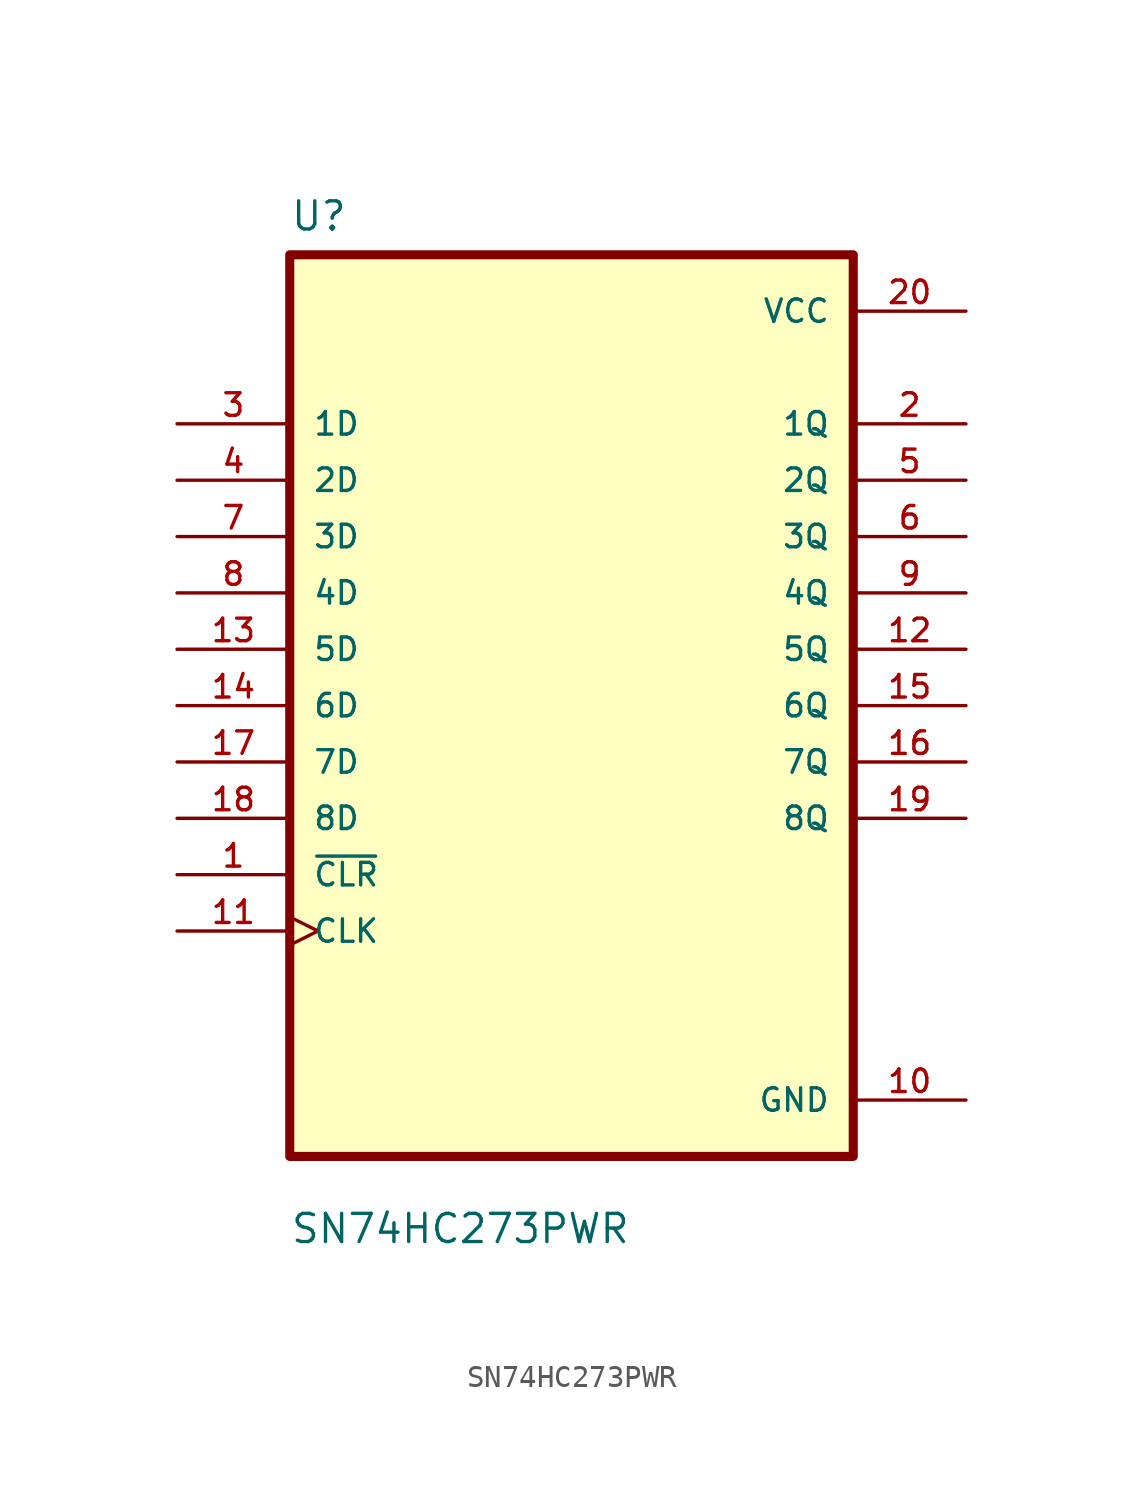
<source format=kicad_sym>
(kicad_symbol_lib
  (version 20211014)
  (generator kicad_symbol_editor)
  (symbol "SN74HC273PWR"
    (pin_names
      (offset 1.016))
    (property "Reference" "U"
      (at -12.7 21.32 0.0)
      (effects (font (size 1.27 1.27)) (justify bottom left)))
    (property "Value" "SN74HC273PWR"
      (at -12.7 -24.32 0.0)
      (effects (font (size 1.27 1.27)) (justify bottom left)))
    (symbol "SN74HC273PWR_0_0"
      (rectangle (start -12.7 -20.32) (end 12.7 20.32) (stroke (width 0.41)) (fill (type background)))
      (pin input line (at -17.78 12.7 0) (length 5.08) (name "1D" (effects (font (size 1.016 1.016)))) (number "3" (effects (font (size 1.016 1.016)))))
      (pin input line (at -17.78 10.16 0) (length 5.08) (name "2D" (effects (font (size 1.016 1.016)))) (number "4" (effects (font (size 1.016 1.016)))))
      (pin input line (at -17.78 7.62 0) (length 5.08) (name "3D" (effects (font (size 1.016 1.016)))) (number "7" (effects (font (size 1.016 1.016)))))
      (pin input line (at -17.78 5.08 0) (length 5.08) (name "4D" (effects (font (size 1.016 1.016)))) (number "8" (effects (font (size 1.016 1.016)))))
      (pin input line (at -17.78 2.54 0) (length 5.08) (name "5D" (effects (font (size 1.016 1.016)))) (number "13" (effects (font (size 1.016 1.016)))))
      (pin input line (at -17.78 0.0 0) (length 5.08) (name "6D" (effects (font (size 1.016 1.016)))) (number "14" (effects (font (size 1.016 1.016)))))
      (pin input line (at -17.78 -2.54 0) (length 5.08) (name "7D" (effects (font (size 1.016 1.016)))) (number "17" (effects (font (size 1.016 1.016)))))
      (pin input line (at -17.78 -5.08 0) (length 5.08) (name "8D" (effects (font (size 1.016 1.016)))) (number "18" (effects (font (size 1.016 1.016)))))
      (pin input line (at -17.78 -7.62 0) (length 5.08) (name "~{CLR}" (effects (font (size 1.016 1.016)))) (number "1" (effects (font (size 1.016 1.016)))))
      (pin input clock (at -17.78 -10.16 0) (length 5.08) (name "CLK" (effects (font (size 1.016 1.016)))) (number "11" (effects (font (size 1.016 1.016)))))
      (pin power_in line (at 17.78 17.78 180.0) (length 5.08) (name "VCC" (effects (font (size 1.016 1.016)))) (number "20" (effects (font (size 1.016 1.016)))))
      (pin output line (at 17.78 12.7 180.0) (length 5.08) (name "1Q" (effects (font (size 1.016 1.016)))) (number "2" (effects (font (size 1.016 1.016)))))
      (pin output line (at 17.78 10.16 180.0) (length 5.08) (name "2Q" (effects (font (size 1.016 1.016)))) (number "5" (effects (font (size 1.016 1.016)))))
      (pin output line (at 17.78 7.62 180.0) (length 5.08) (name "3Q" (effects (font (size 1.016 1.016)))) (number "6" (effects (font (size 1.016 1.016)))))
      (pin output line (at 17.78 5.08 180.0) (length 5.08) (name "4Q" (effects (font (size 1.016 1.016)))) (number "9" (effects (font (size 1.016 1.016)))))
      (pin output line (at 17.78 2.54 180.0) (length 5.08) (name "5Q" (effects (font (size 1.016 1.016)))) (number "12" (effects (font (size 1.016 1.016)))))
      (pin output line (at 17.78 0.0 180.0) (length 5.08) (name "6Q" (effects (font (size 1.016 1.016)))) (number "15" (effects (font (size 1.016 1.016)))))
      (pin output line (at 17.78 -2.54 180.0) (length 5.08) (name "7Q" (effects (font (size 1.016 1.016)))) (number "16" (effects (font (size 1.016 1.016)))))
      (pin output line (at 17.78 -5.08 180.0) (length 5.08) (name "8Q" (effects (font (size 1.016 1.016)))) (number "19" (effects (font (size 1.016 1.016)))))
      (pin power_in line (at 17.78 -17.78 180.0) (length 5.08) (name "GND" (effects (font (size 1.016 1.016)))) (number "10" (effects (font (size 1.016 1.016))))))))
</source>
